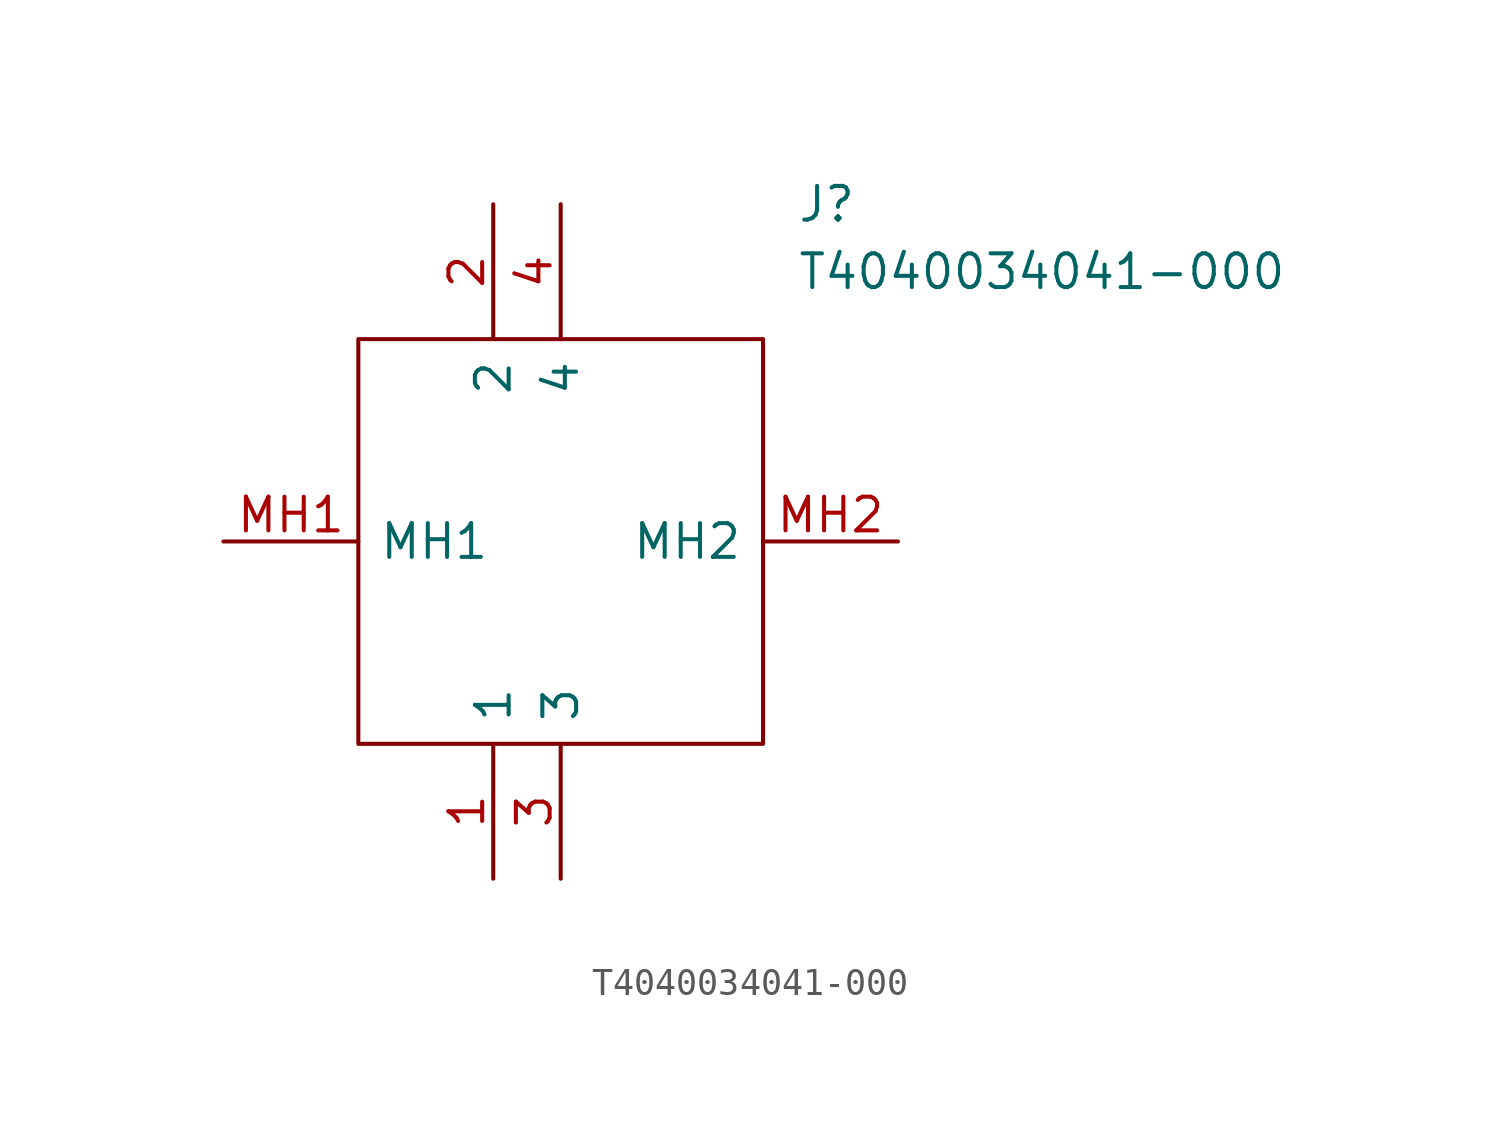
<source format=kicad_sym>
(kicad_symbol_lib
  (version 20211014)
  (generator kicad_symbol_editor)
  (symbol "T4040034041-000"
    (pin_names
      (offset 0.762))
    (property "Reference" "J"
      (at 21.59 12.7 0)
      (effects (font (size 1.27 1.27)) (justify left)))
    (property "Value" "T4040034041-000"
      (at 21.59 10.16 0)
      (effects (font (size 1.27 1.27)) (justify left)))
    (symbol "T4040034041-000_0_0"
      (pin passive line (at 10.16 -12.7 90) (length 5.08) (name "1" (effects (font (size 1.27 1.27)))) (number "1" (effects (font (size 1.27 1.27)))))
      (pin passive line (at 10.16 12.7 270) (length 5.08) (name "2" (effects (font (size 1.27 1.27)))) (number "2" (effects (font (size 1.27 1.27)))))
      (pin passive line (at 12.7 -12.7 90) (length 5.08) (name "3" (effects (font (size 1.27 1.27)))) (number "3" (effects (font (size 1.27 1.27)))))
      (pin passive line (at 12.7 12.7 270) (length 5.08) (name "4" (effects (font (size 1.27 1.27)))) (number "4" (effects (font (size 1.27 1.27)))))
      (pin passive line (at 0 0 0) (length 5.08) (name "MH1" (effects (font (size 1.27 1.27)))) (number "MH1" (effects (font (size 1.27 1.27)))))
      (pin passive line (at 25.4 0 180) (length 5.08) (name "MH2" (effects (font (size 1.27 1.27)))) (number "MH2" (effects (font (size 1.27 1.27))))))
    (symbol "T4040034041-000_0_1"
      (polyline (pts (xy 5.08 7.62) (xy 20.32 7.62) (xy 20.32 -7.62) (xy 5.08 -7.62) (xy 5.08 7.62)) (stroke (width 0.152) (type default) (color 0 0 0 0)) (fill (type none))))))
</source>
